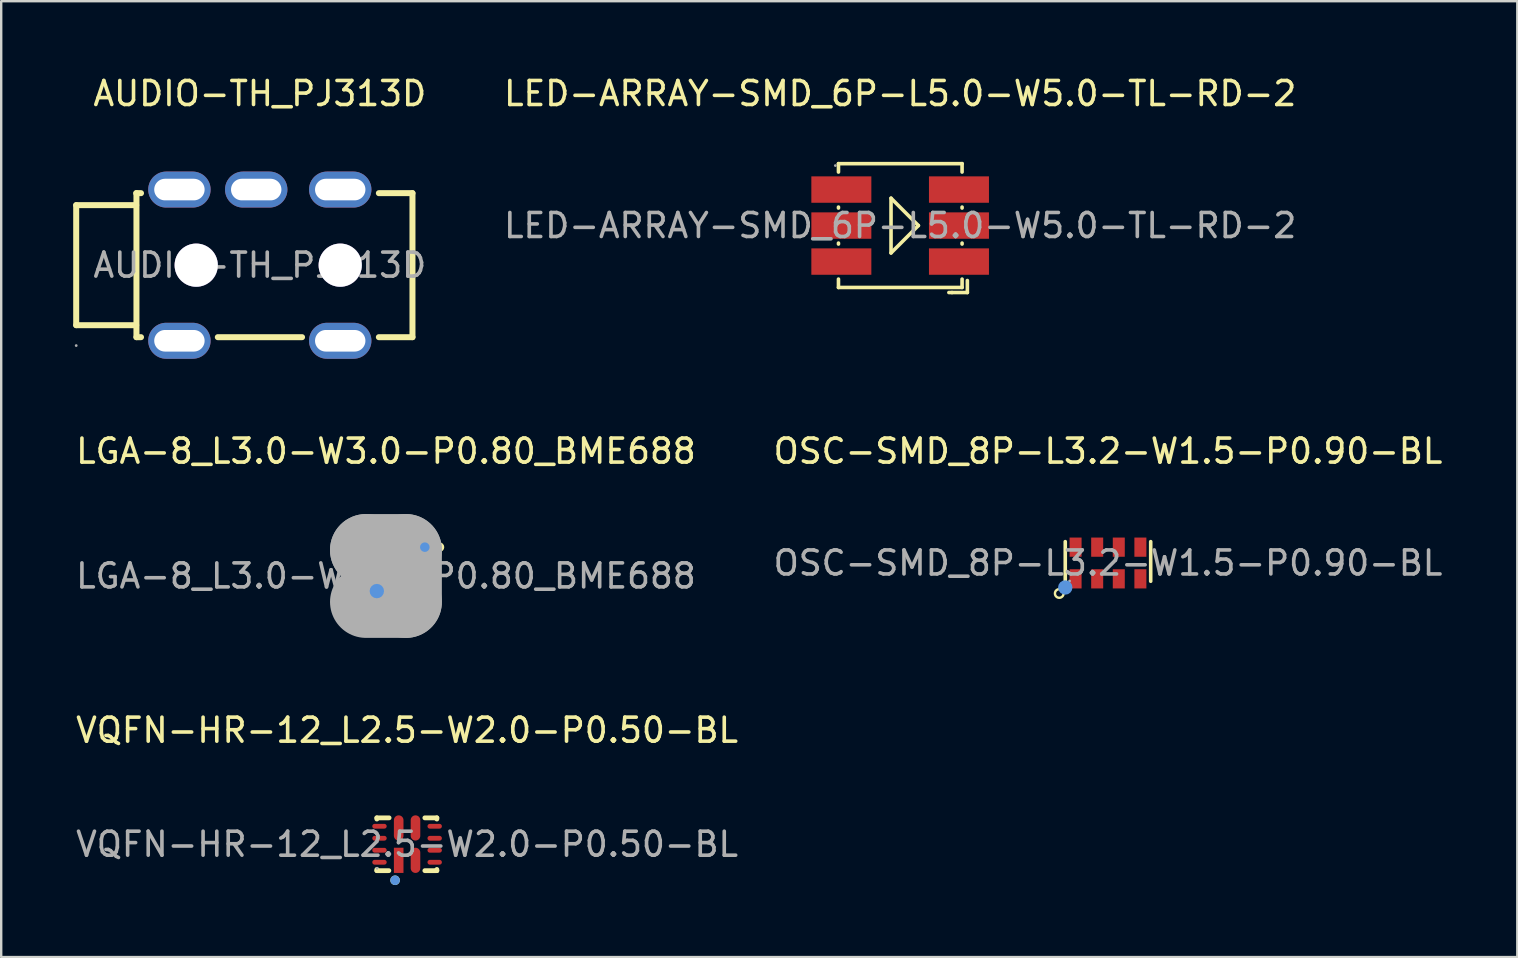
<source format=kicad_pcb>
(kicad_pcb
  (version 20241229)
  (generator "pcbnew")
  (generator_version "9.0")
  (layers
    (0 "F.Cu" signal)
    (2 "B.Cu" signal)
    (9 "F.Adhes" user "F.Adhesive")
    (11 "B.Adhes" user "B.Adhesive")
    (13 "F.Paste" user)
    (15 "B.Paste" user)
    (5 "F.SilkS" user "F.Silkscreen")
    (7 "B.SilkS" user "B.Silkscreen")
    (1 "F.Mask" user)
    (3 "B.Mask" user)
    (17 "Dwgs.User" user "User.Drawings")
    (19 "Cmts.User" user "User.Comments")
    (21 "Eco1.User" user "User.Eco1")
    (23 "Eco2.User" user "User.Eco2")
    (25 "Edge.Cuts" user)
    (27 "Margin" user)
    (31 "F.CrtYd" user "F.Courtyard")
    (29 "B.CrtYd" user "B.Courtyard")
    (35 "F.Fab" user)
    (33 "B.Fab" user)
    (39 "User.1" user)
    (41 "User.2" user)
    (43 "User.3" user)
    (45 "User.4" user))
  (footprint "LED-ARRAY-SMD_6P-L5.0-W5.0-TL-RD-2"
    (layer "F.Cu")
    (at 34.454 6.348)
    (property "Reference" "LED-ARRAY-SMD_6P-L5.0-W5.0-TL-RD-2" (at 0 -5.5 0) (layer "F.SilkS") (effects (font (size 1 1) (thickness 0.15))))
    (attr smd)
    (fp_line (start -2.57 -2.23) (end -2.57 -2.58) (stroke (width 0.15) (type solid)) (layer "F.SilkS"))
    (fp_line (start -2.57 -0.73) (end -2.57 -0.77) (stroke (width 0.15) (type solid)) (layer "F.SilkS"))
    (fp_line (start -2.57 0.77) (end -2.57 0.73) (stroke (width 0.15) (type solid)) (layer "F.SilkS"))
    (fp_line (start -2.57 2.58) (end -2.57 2.23) (stroke (width 0.15) (type solid)) (layer "F.SilkS"))
    (fp_line (start -0.38 -1.14) (end -0.38 1.14) (stroke (width 0.15) (type solid)) (layer "F.SilkS"))
    (fp_line (start -0.38 1.14) (end 0.76 0) (stroke (width 0.15) (type solid)) (layer "F.SilkS"))
    (fp_line (start 0.76 0) (end -0.38 -1.14) (stroke (width 0.15) (type solid)) (layer "F.SilkS"))
    (fp_line (start 2.03 2.79) (end 2.16 2.79) (stroke (width 0.15) (type solid)) (layer "F.SilkS"))
    (fp_line (start 2.16 2.79) (end 2.8 2.79) (stroke (width 0.15) (type solid)) (layer "F.SilkS"))
    (fp_line (start 2.58 -2.58) (end -2.57 -2.58) (stroke (width 0.15) (type solid)) (layer "F.SilkS"))
    (fp_line (start 2.58 -2.58) (end 2.58 -2.23) (stroke (width 0.15) (type solid)) (layer "F.SilkS"))
    (fp_line (start 2.58 -0.77) (end 2.58 -0.73) (stroke (width 0.15) (type solid)) (layer "F.SilkS"))
    (fp_line (start 2.58 0.73) (end 2.58 0.77) (stroke (width 0.15) (type solid)) (layer "F.SilkS"))
    (fp_line (start 2.58 2.23) (end 2.58 2.58) (stroke (width 0.15) (type solid)) (layer "F.SilkS"))
    (fp_line (start 2.58 2.58) (end -2.57 2.58) (stroke (width 0.15) (type solid)) (layer "F.SilkS"))
    (fp_line (start 2.8 2.79) (end 2.8 2.29) (stroke (width 0.15) (type solid)) (layer "F.SilkS"))
    (fp_circle (center -2.7 -2.5) (end -2.67 -2.5) (stroke (width 0.06) (type solid)) (fill no) (layer "F.Fab"))
    (fp_text user "${REFERENCE}" (at 0 0 0) (layer "F.Fab") (effects (font (size 1 1) (thickness 0.15))))
    (pad "1" smd rect (at -2.45 -1.5 180) (size 2.5 1.1) (layers "F.Cu" "F.Mask" "F.Paste"))
    (pad "2" smd rect (at -2.45 0 180) (size 2.5 1.1) (layers "F.Cu" "F.Mask" "F.Paste"))
    (pad "3" smd rect (at -2.45 1.5 180) (size 2.5 1.1) (layers "F.Cu" "F.Mask" "F.Paste"))
    (pad "4" smd rect (at 2.45 -1.5 180) (size 2.5 1.1) (layers "F.Cu" "F.Mask" "F.Paste"))
    (pad "5" smd rect (at 2.45 0 180) (size 2.5 1.1) (layers "F.Cu" "F.Mask" "F.Paste"))
    (pad "6" smd rect (at 2.45 1.5 180) (size 2.5 1.1) (layers "F.Cu" "F.Mask" "F.Paste")))
  (footprint "OSC-SMD_8P-L3.2-W1.5-P0.90-BL"
    (layer "F.Cu")
    (at 43.113 20.407)
    (property "Reference" "OSC-SMD_8P-L3.2-W1.5-P0.90-BL" (at 0 -4.66 0) (layer "F.SilkS") (effects (font (size 1 1) (thickness 0.15))))
    (attr smd)
    (fp_line (start -1.78 0.76) (end -1.78 -0.89) (stroke (width 0.15) (type solid)) (layer "F.SilkS"))
    (fp_line (start 1.78 0.76) (end 1.78 -0.89) (stroke (width 0.15) (type solid)) (layer "F.SilkS"))
    (fp_circle (center -2.03 1.27) (end -1.85 1.27) (stroke (width 0.1) (type solid)) (fill no) (layer "F.SilkS"))
    (fp_circle (center -1.78 1.02) (end -1.63 1.02) (stroke (width 0.3) (type solid)) (fill no) (layer "Cmts.User"))
    (fp_circle (center -1.6 0.75) (end -1.57 0.75) (stroke (width 0.06) (type solid)) (fill no) (layer "F.Fab"))
    (fp_text user "${REFERENCE}" (at 0 0 0) (layer "F.Fab") (effects (font (size 1 1) (thickness 0.15))))
    (pad "1" smd rect (at -1.35 0.66) (size 0.5 0.8) (layers "F.Cu" "F.Mask" "F.Paste"))
    (pad "2" smd rect (at -0.45 0.66) (size 0.5 0.8) (layers "F.Cu" "F.Mask" "F.Paste"))
    (pad "3" smd rect (at 0.45 0.66) (size 0.5 0.8) (layers "F.Cu" "F.Mask" "F.Paste"))
    (pad "4" smd rect (at 1.35 0.66) (size 0.5 0.8) (layers "F.Cu" "F.Mask" "F.Paste"))
    (pad "5" smd rect (at 1.35 -0.66) (size 0.5 0.8) (layers "F.Cu" "F.Mask" "F.Paste"))
    (pad "6" smd rect (at 0.45 -0.66) (size 0.5 0.8) (layers "F.Cu" "F.Mask" "F.Paste"))
    (pad "7" smd rect (at -0.45 -0.66) (size 0.5 0.8) (layers "F.Cu" "F.Mask" "F.Paste"))
    (pad "8" smd rect (at -1.35 -0.66) (size 0.5 0.8) (layers "F.Cu" "F.Mask" "F.Paste")))
  (footprint "LGA-8_L3.0-W3.0-P0.80_BME688"
    (layer "F.Cu")
    (at 13.03 20.947)
    (property "Reference" "LGA-8_L3.0-W3.0-P0.80_BME688" (at 0 -5.2 0) (layer "F.SilkS") (effects (font (size 1 1) (thickness 0.15))))
    (attr smd)
    (fp_line (start -1.58 -1.57) (end 1.58 -1.57) (stroke (width 0.15) (type solid)) (layer "F.SilkS"))
    (fp_line (start -1.58 1.58) (end 1.58 1.58) (stroke (width 0.15) (type solid)) (layer "F.SilkS"))
    (fp_circle (center -0.38 0.63) (end -0.13 0.63) (stroke (width 0.15) (type solid)) (fill no) (layer "F.SilkS"))
    (fp_circle (center 2.23 -1.2) (end 2.33 -1.2) (stroke (width 0.2) (type solid)) (fill no) (layer "F.SilkS"))
    (fp_circle (center -0.38 0.63) (end -0.23 0.63) (stroke (width 0.3) (type solid)) (fill no) (layer "Cmts.User"))
    (fp_circle (center 1.62 -1.2) (end 1.72 -1.2) (stroke (width 0.2) (type solid)) (fill no) (layer "Cmts.User"))
    (fp_line (start -0.83 -1.08) (end -0.83 -1.08) (stroke (width 3) (type solid)) (layer "F.Fab"))
    (fp_line (start -0.83 -1.08) (end 0.83 -1.08) (stroke (width 3) (type solid)) (layer "F.Fab"))
    (fp_line (start 0.83 -1.08) (end 0.83 1.08) (stroke (width 3) (type solid)) (layer "F.Fab"))
    (fp_line (start 0.83 1.08) (end -0.83 1.08) (stroke (width 3) (type solid)) (layer "F.Fab"))
    (fp_circle (center -1.5 -1.5) (end -1.47 -1.5) (stroke (width 0.06) (type solid)) (fill no) (layer "F.Fab"))
    (fp_text user "${REFERENCE}" (at 0 0 0) (layer "F.Fab") (effects (font (size 1 1) (thickness 0.15))))
    (pad "1" smd rect (at 1.42 -1.2 270) (size 0.45 0.89) (layers "F.Cu" "F.Mask" "F.Paste"))
    (pad "2" smd rect (at 1.42 -0.4 270) (size 0.45 0.89) (layers "F.Cu" "F.Mask" "F.Paste"))
    (pad "3" smd rect (at 1.42 0.4 270) (size 0.45 0.89) (layers "F.Cu" "F.Mask" "F.Paste"))
    (pad "4" smd rect (at 1.42 1.2 270) (size 0.45 0.89) (layers "F.Cu" "F.Mask" "F.Paste"))
    (pad "5" smd rect (at -1.42 1.2 270) (size 0.45 0.89) (layers "F.Cu" "F.Mask" "F.Paste"))
    (pad "6" smd rect (at -1.42 0.4 270) (size 0.45 0.89) (layers "F.Cu" "F.Mask" "F.Paste"))
    (pad "7" smd rect (at -1.42 -0.4 270) (size 0.45 0.89) (layers "F.Cu" "F.Mask" "F.Paste"))
    (pad "8" smd rect (at -1.42 -1.2 270) (size 0.45 0.89) (layers "F.Cu" "F.Mask" "F.Paste")))
  (footprint "AUDIO-TH_PJ313D"
    (layer "F.Cu")
    (at 7.775 7.998)
    (property "Reference" "AUDIO-TH_PJ313D" (at 0 -7.15 0) (layer "F.SilkS") (effects (font (size 1 1) (thickness 0.15))))
    (attr through_hole)
    (fp_line (start -7.65 -2.5) (end -5.15 -2.5) (stroke (width 0.25) (type solid)) (layer "F.SilkS"))
    (fp_line (start -7.65 2.5) (end -7.65 -2.5) (stroke (width 0.25) (type solid)) (layer "F.SilkS"))
    (fp_line (start -7.65 2.5) (end -5.15 2.5) (stroke (width 0.25) (type solid)) (layer "F.SilkS"))
    (fp_line (start -5.15 -3) (end -4.95 -3) (stroke (width 0.25) (type solid)) (layer "F.SilkS"))
    (fp_line (start -5.14 -3) (end -5.14 3) (stroke (width 0.25) (type solid)) (layer "F.SilkS"))
    (fp_line (start -5.14 3) (end -4.95 3) (stroke (width 0.25) (type solid)) (layer "F.SilkS"))
    (fp_line (start -1.75 3) (end 1.76 3) (stroke (width 0.25) (type solid)) (layer "F.SilkS"))
    (fp_line (start 4.96 -3) (end 6.36 -3) (stroke (width 0.25) (type solid)) (layer "F.SilkS"))
    (fp_line (start 4.96 3) (end 6.36 3) (stroke (width 0.25) (type solid)) (layer "F.SilkS"))
    (fp_line (start 6.36 -3) (end 6.36 3) (stroke (width 0.25) (type solid)) (layer "F.SilkS"))
    (fp_circle (center -2.65 0) (end -2.37 0) (stroke (width 0.55) (type solid)) (fill no) (layer "Cmts.User"))
    (fp_circle (center 3.35 0) (end 3.63 0) (stroke (width 0.55) (type solid)) (fill no) (layer "Cmts.User"))
    (fp_circle (center -7.65 3.35) (end -7.62 3.35) (stroke (width 0.06) (type solid)) (fill no) (layer "F.Fab"))
    (fp_text user "${REFERENCE}" (at 0 0 0) (layer "F.Fab") (effects (font (size 1 1) (thickness 0.15))))
    (pad "" thru_hole circle (at -2.65 0) (size 1.8 1.8) (drill 1.8) (layers "*.Cu" "*.Mask"))
    (pad "" thru_hole circle (at 3.35 0) (size 1.8 1.8) (drill 1.8) (layers "*.Cu" "*.Mask"))
    (pad "2" thru_hole oval (at -3.35 -3.15) (size 2.6 1.5) (drill oval 2.1 0.9) (layers "*.Cu" "*.Mask"))
    (pad "2" thru_hole oval (at -3.35 3.15) (size 2.6 1.5) (drill oval 2.1 0.9) (layers "*.Cu" "*.Mask"))
    (pad "3" thru_hole oval (at -0.15 -3.15) (size 2.6 1.5) (drill oval 2.1 0.9) (layers "*.Cu" "*.Mask"))
    (pad "4" thru_hole oval (at 3.35 -3.15) (size 2.6 1.5) (drill oval 2.1 0.9) (layers "*.Cu" "*.Mask"))
    (pad "4" thru_hole oval (at 3.35 3.15) (size 2.6 1.5) (drill oval 2.1 0.9) (layers "*.Cu" "*.Mask")))
  (footprint "VQFN-HR-12_L2.5-W2.0-P0.50-BL"
    (layer "F.Cu")
    (at 13.911 32.125)
    (property "Reference" "VQFN-HR-12_L2.5-W2.0-P0.50-BL" (at 0 -4.75 0) (layer "F.SilkS") (effects (font (size 1 1) (thickness 0.15))))
    (attr smd)
    (fp_line (start -1.26 -1.1) (end -0.75 -1.1) (stroke (width 0.2) (type solid)) (layer "F.SilkS"))
    (fp_line (start -1.26 -1.05) (end -1.26 -1.1) (stroke (width 0.2) (type solid)) (layer "F.SilkS"))
    (fp_line (start -1.26 1.1) (end -1.26 1.05) (stroke (width 0.2) (type solid)) (layer "F.SilkS"))
    (fp_line (start -1.26 1.1) (end -0.76 1.1) (stroke (width 0.2) (type solid)) (layer "F.SilkS"))
    (fp_line (start 0.74 -1.1) (end 1.24 -1.1) (stroke (width 0.2) (type solid)) (layer "F.SilkS"))
    (fp_line (start 0.74 1.1) (end 1.24 1.1) (stroke (width 0.2) (type solid)) (layer "F.SilkS"))
    (fp_line (start 1.24 -1.05) (end 1.24 -1.1) (stroke (width 0.2) (type solid)) (layer "F.SilkS"))
    (fp_line (start 1.24 1.1) (end 1.24 1.05) (stroke (width 0.2) (type solid)) (layer "F.SilkS"))
    (fp_circle (center -0.5 1.5) (end -0.4 1.5) (stroke (width 0.2) (type solid)) (fill no) (layer "F.SilkS"))
    (fp_circle (center -0.5 1.5) (end -0.4 1.5) (stroke (width 0.2) (type solid)) (fill no) (layer "Cmts.User"))
    (fp_circle (center -1.25 1) (end -1.22 1) (stroke (width 0.06) (type solid)) (fill no) (layer "F.Fab"))
    (fp_text user "${REFERENCE}" (at 0 0 0) (layer "F.Fab") (effects (font (size 1 1) (thickness 0.15))))
    (pad "1" smd rect (at -0.35 0.67 270) (size 1.05 0.4) (layers "F.Cu" "F.Mask" "F.Paste"))
    (pad "2" smd oval (at 0.35 0.67 270) (size 1.05 0.4) (layers "F.Cu" "F.Mask" "F.Paste"))
    (pad "3" smd oval (at 1.15 0.75) (size 0.6 0.2) (layers "F.Cu" "F.Mask" "F.Paste"))
    (pad "4" smd oval (at 1.15 0.25) (size 0.6 0.2) (layers "F.Cu" "F.Mask" "F.Paste"))
    (pad "5" smd oval (at 1.15 -0.25) (size 0.6 0.2) (layers "F.Cu" "F.Mask" "F.Paste"))
    (pad "6" smd oval (at 1.15 -0.75) (size 0.6 0.2) (layers "F.Cu" "F.Mask" "F.Paste"))
    (pad "7" smd oval (at 0.35 -0.68 270) (size 1.05 0.4) (layers "F.Cu" "F.Mask" "F.Paste"))
    (pad "8" smd oval (at -0.35 -0.68 270) (size 1.05 0.4) (layers "F.Cu" "F.Mask" "F.Paste"))
    (pad "9" smd oval (at -1.15 -0.75) (size 0.6 0.2) (layers "F.Cu" "F.Mask" "F.Paste"))
    (pad "10" smd oval (at -1.15 -0.25) (size 0.6 0.2) (layers "F.Cu" "F.Mask" "F.Paste"))
    (pad "11" smd oval (at -1.15 0.25) (size 0.6 0.2) (layers "F.Cu" "F.Mask" "F.Paste"))
    (pad "12" smd oval (at -1.15 0.75) (size 0.6 0.2) (layers "F.Cu" "F.Mask" "F.Paste")))
  (gr_rect
    (start -3 -3)
    (end 60.167 36.825)
    (stroke (width 0.1) (type default))
    (fill no)
    (layer "Edge.Cuts")))
</source>
